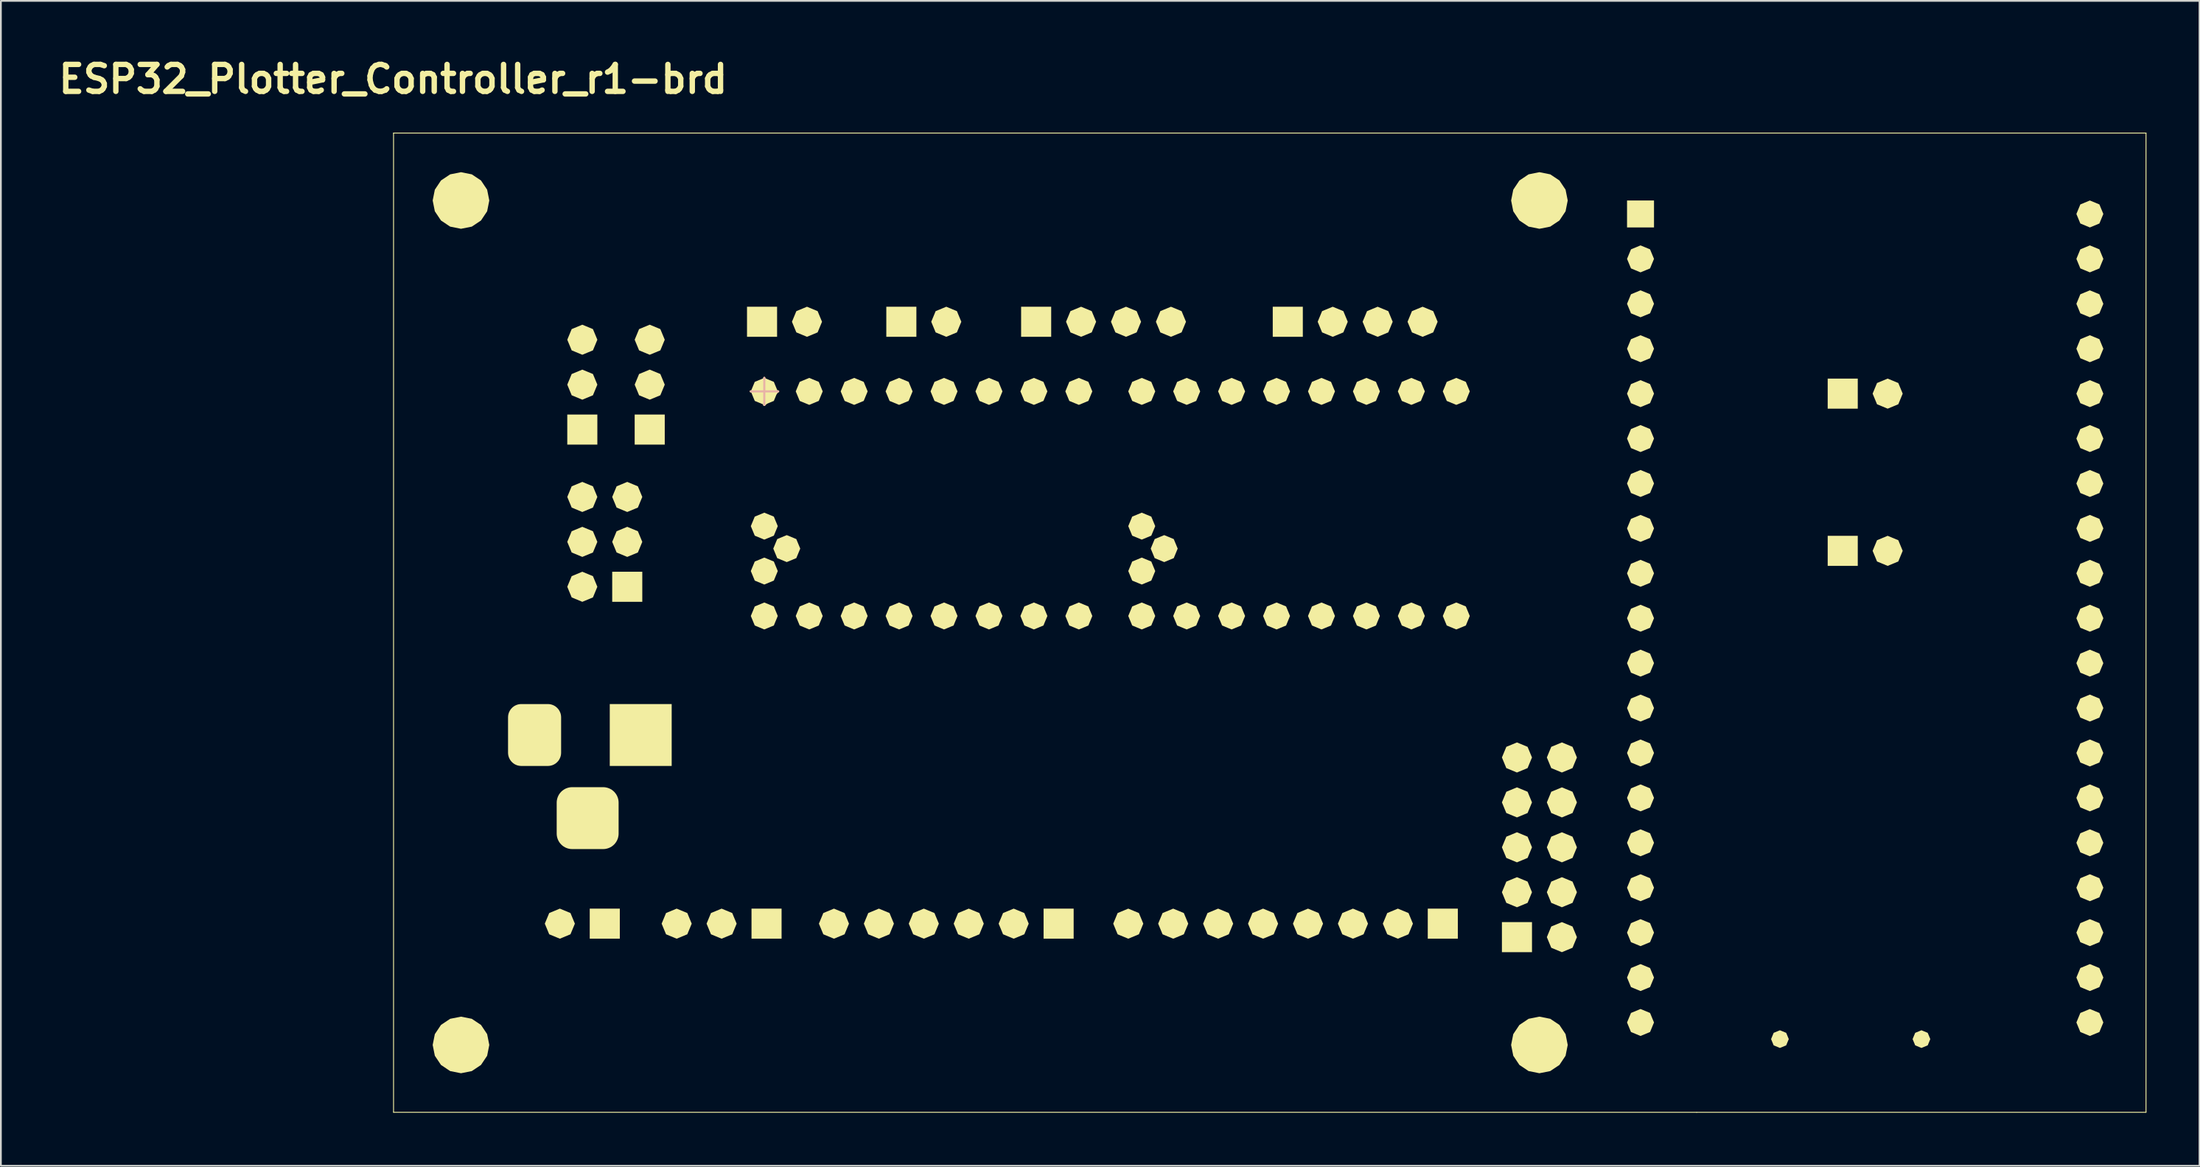
<source format=kicad_pcb>
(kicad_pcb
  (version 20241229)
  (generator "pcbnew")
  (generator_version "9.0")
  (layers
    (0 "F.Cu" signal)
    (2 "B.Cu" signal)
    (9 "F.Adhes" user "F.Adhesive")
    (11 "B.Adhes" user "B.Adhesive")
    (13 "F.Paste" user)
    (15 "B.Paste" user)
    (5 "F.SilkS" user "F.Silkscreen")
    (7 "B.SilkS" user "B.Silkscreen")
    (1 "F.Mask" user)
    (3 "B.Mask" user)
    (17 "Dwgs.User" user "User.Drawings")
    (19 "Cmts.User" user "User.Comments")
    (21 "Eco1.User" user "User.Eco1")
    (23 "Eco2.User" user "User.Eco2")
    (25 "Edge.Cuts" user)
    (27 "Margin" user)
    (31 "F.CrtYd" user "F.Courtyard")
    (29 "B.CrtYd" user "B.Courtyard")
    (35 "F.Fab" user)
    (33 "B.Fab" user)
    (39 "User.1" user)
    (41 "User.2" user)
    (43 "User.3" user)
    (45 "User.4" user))
  (footprint "ESP32_Plotter_Controller_r1-brd"
    (layer "F.Cu")
    (at 19.173 4.452)
    (property "Reference" "ESP32_Plotter_Controller_r1-brd" (at 0 -3.025 0) (layer "F.SilkS") (effects (font (size 1.524 1.524) (thickness 0.305))))
    (attr exclude_from_pos_files exclude_from_bom)
    (fp_line (start 0.023 0.023) (end 0.023 55.395) (stroke (width 0.05) (type solid)) (layer "F.SilkS"))
    (fp_line (start 0.023 0.023) (end 99.083 0.023) (stroke (width 0.05) (type solid)) (layer "F.SilkS"))
    (fp_line (start 0.023 55.395) (end 73.683 55.395) (stroke (width 0.05) (type solid)) (layer "F.SilkS"))
    (fp_line (start 20.98 15.392) (end 21.742 14.63) (stroke (width 0.12) (type solid)) (layer "F.SilkS"))
    (fp_line (start 20.98 13.868) (end 20.98 15.392) (stroke (width 0.12) (type solid)) (layer "F.SilkS"))
    (fp_line (start 21.742 14.63) (end 20.218 14.63) (stroke (width 0.12) (type solid)) (layer "F.SilkS"))
    (fp_line (start 73.683 55.395) (end 99.083 55.395) (stroke (width 0.05) (type solid)) (layer "F.SilkS"))
    (fp_line (start 99.083 0.023) (end 99.083 55.395) (stroke (width 0.05) (type solid)) (layer "F.SilkS"))
    (fp_poly (pts (xy 11.113 43.879) (xy 12.813 43.879) (xy 12.813 45.579) (xy 11.113 45.579) (xy 11.113 43.879)) (stroke (width 0) (type solid)) (fill yes) (layer "F.SilkS"))
    (fp_poly (pts (xy 11.543 15.939) (xy 11.543 17.639) (xy 9.843 17.639) (xy 9.843 15.939) (xy 11.543 15.939)) (stroke (width 0) (type solid)) (fill yes) (layer "F.SilkS"))
    (fp_poly (pts (xy 12.245 35.811) (xy 12.245 32.311) (xy 15.745 32.311) (xy 15.745 35.811) (xy 12.245 35.811)) (stroke (width 0) (type solid)) (fill yes) (layer "F.SilkS"))
    (fp_poly (pts (xy 14.083 24.829) (xy 14.083 26.529) (xy 12.383 26.529) (xy 12.383 24.829) (xy 14.083 24.829)) (stroke (width 0) (type solid)) (fill yes) (layer "F.SilkS"))
    (fp_poly (pts (xy 15.353 15.939) (xy 15.353 17.639) (xy 13.653 17.639) (xy 13.653 15.939) (xy 15.353 15.939)) (stroke (width 0) (type solid)) (fill yes) (layer "F.SilkS"))
    (fp_poly (pts (xy 20.257 43.879) (xy 21.957 43.879) (xy 21.957 45.579) (xy 20.257 45.579) (xy 20.257 43.879)) (stroke (width 0) (type solid)) (fill yes) (layer "F.SilkS"))
    (fp_poly (pts (xy 21.703 11.543) (xy 20.003 11.543) (xy 20.003 9.843) (xy 21.703 9.843) (xy 21.703 11.543)) (stroke (width 0) (type solid)) (fill yes) (layer "F.SilkS"))
    (fp_poly (pts (xy 29.577 11.543) (xy 27.877 11.543) (xy 27.877 9.843) (xy 29.577 9.843) (xy 29.577 11.543)) (stroke (width 0) (type solid)) (fill yes) (layer "F.SilkS"))
    (fp_poly (pts (xy 36.767 43.879) (xy 38.467 43.879) (xy 38.467 45.579) (xy 36.767 45.579) (xy 36.767 43.879)) (stroke (width 0) (type solid)) (fill yes) (layer "F.SilkS"))
    (fp_poly (pts (xy 37.197 11.543) (xy 35.497 11.543) (xy 35.497 9.843) (xy 37.197 9.843) (xy 37.197 11.543)) (stroke (width 0) (type solid)) (fill yes) (layer "F.SilkS"))
    (fp_poly (pts (xy 51.421 11.543) (xy 49.721 11.543) (xy 49.721 9.843) (xy 51.421 9.843) (xy 51.421 11.543)) (stroke (width 0) (type solid)) (fill yes) (layer "F.SilkS"))
    (fp_poly (pts (xy 58.484 43.879) (xy 60.184 43.879) (xy 60.184 45.579) (xy 58.484 45.579) (xy 58.484 43.879)) (stroke (width 0) (type solid)) (fill yes) (layer "F.SilkS"))
    (fp_poly (pts (xy 64.375 44.641) (xy 64.375 46.341) (xy 62.675 46.341) (xy 62.675 44.641) (xy 64.375 44.641)) (stroke (width 0) (type solid)) (fill yes) (layer "F.SilkS"))
    (fp_poly (pts (xy 69.748 5.359) (xy 69.748 3.835) (xy 71.272 3.835) (xy 71.272 5.359) (xy 69.748 5.359)) (stroke (width 0) (type solid)) (fill yes) (layer "F.SilkS"))
    (fp_poly (pts (xy 82.79 15.607) (xy 81.09 15.607) (xy 81.09 13.907) (xy 82.79 13.907) (xy 82.79 15.607)) (stroke (width 0) (type solid)) (fill yes) (layer "F.SilkS"))
    (fp_poly (pts (xy 82.79 24.497) (xy 81.09 24.497) (xy 81.09 22.797) (xy 82.79 22.797) (xy 82.79 24.497)) (stroke (width 0) (type solid)) (fill yes) (layer "F.SilkS"))
    (fp_poly (pts (xy 10.273 44.729) (xy 10.024 45.33) (xy 9.423 45.579) (xy 8.822 45.33) (xy 8.573 44.729) (xy 8.822 44.128) (xy 9.423 43.879) (xy 10.024 44.128) (xy 10.273 44.729)) (stroke (width 0) (type solid)) (fill yes) (layer "F.SilkS"))
    (fp_poly (pts (xy 11.543 11.709) (xy 11.294 12.31) (xy 10.693 12.559) (xy 10.092 12.31) (xy 9.843 11.709) (xy 10.092 11.108) (xy 10.693 10.859) (xy 11.294 11.108) (xy 11.543 11.709)) (stroke (width 0) (type solid)) (fill yes) (layer "F.SilkS"))
    (fp_poly (pts (xy 11.543 14.249) (xy 11.294 14.85) (xy 10.693 15.099) (xy 10.092 14.85) (xy 9.843 14.249) (xy 10.092 13.648) (xy 10.693 13.399) (xy 11.294 13.648) (xy 11.543 14.249)) (stroke (width 0) (type solid)) (fill yes) (layer "F.SilkS"))
    (fp_poly (pts (xy 11.543 20.599) (xy 11.294 21.2) (xy 10.693 21.449) (xy 10.092 21.2) (xy 9.843 20.599) (xy 10.092 19.998) (xy 10.693 19.749) (xy 11.294 19.998) (xy 11.543 20.599)) (stroke (width 0) (type solid)) (fill yes) (layer "F.SilkS"))
    (fp_poly (pts (xy 11.543 23.139) (xy 11.294 23.74) (xy 10.693 23.989) (xy 10.092 23.74) (xy 9.843 23.139) (xy 10.092 22.538) (xy 10.693 22.289) (xy 11.294 22.538) (xy 11.543 23.139)) (stroke (width 0) (type solid)) (fill yes) (layer "F.SilkS"))
    (fp_poly (pts (xy 11.543 25.679) (xy 11.294 26.28) (xy 10.693 26.529) (xy 10.092 26.28) (xy 9.843 25.679) (xy 10.092 25.078) (xy 10.693 24.829) (xy 11.294 25.078) (xy 11.543 25.679)) (stroke (width 0) (type solid)) (fill yes) (layer "F.SilkS"))
    (fp_poly (pts (xy 14.083 20.599) (xy 13.834 21.2) (xy 13.233 21.449) (xy 12.632 21.2) (xy 12.383 20.599) (xy 12.632 19.998) (xy 13.233 19.749) (xy 13.834 19.998) (xy 14.083 20.599)) (stroke (width 0) (type solid)) (fill yes) (layer "F.SilkS"))
    (fp_poly (pts (xy 14.083 23.139) (xy 13.834 23.74) (xy 13.233 23.989) (xy 12.632 23.74) (xy 12.383 23.139) (xy 12.632 22.538) (xy 13.233 22.289) (xy 13.834 22.538) (xy 14.083 23.139)) (stroke (width 0) (type solid)) (fill yes) (layer "F.SilkS"))
    (fp_poly (pts (xy 15.353 11.709) (xy 15.104 12.31) (xy 14.503 12.559) (xy 13.902 12.31) (xy 13.653 11.709) (xy 13.902 11.108) (xy 14.503 10.859) (xy 15.104 11.108) (xy 15.353 11.709)) (stroke (width 0) (type solid)) (fill yes) (layer "F.SilkS"))
    (fp_poly (pts (xy 15.353 14.249) (xy 15.104 14.85) (xy 14.503 15.099) (xy 13.902 14.85) (xy 13.653 14.249) (xy 13.902 13.648) (xy 14.503 13.399) (xy 15.104 13.648) (xy 15.353 14.249)) (stroke (width 0) (type solid)) (fill yes) (layer "F.SilkS"))
    (fp_poly (pts (xy 16.877 44.729) (xy 16.628 45.33) (xy 16.027 45.579) (xy 15.426 45.33) (xy 15.177 44.729) (xy 15.426 44.128) (xy 16.027 43.879) (xy 16.628 44.128) (xy 16.877 44.729)) (stroke (width 0) (type solid)) (fill yes) (layer "F.SilkS"))
    (fp_poly (pts (xy 19.417 44.729) (xy 19.168 45.33) (xy 18.567 45.579) (xy 17.966 45.33) (xy 17.717 44.729) (xy 17.966 44.128) (xy 18.567 43.879) (xy 19.168 44.128) (xy 19.417 44.729)) (stroke (width 0) (type solid)) (fill yes) (layer "F.SilkS"))
    (fp_poly (pts (xy 21.742 14.63) (xy 21.519 15.169) (xy 20.98 15.392) (xy 20.441 15.169) (xy 20.218 14.63) (xy 20.441 14.091) (xy 20.98 13.868) (xy 21.519 14.091) (xy 21.742 14.63)) (stroke (width 0) (type solid)) (fill yes) (layer "F.SilkS"))
    (fp_poly (pts (xy 21.742 22.25) (xy 21.519 22.789) (xy 20.98 23.012) (xy 20.441 22.789) (xy 20.218 22.25) (xy 20.441 21.711) (xy 20.98 21.488) (xy 21.519 21.711) (xy 21.742 22.25)) (stroke (width 0) (type solid)) (fill yes) (layer "F.SilkS"))
    (fp_poly (pts (xy 21.742 24.79) (xy 21.519 25.329) (xy 20.98 25.552) (xy 20.441 25.329) (xy 20.218 24.79) (xy 20.441 24.251) (xy 20.98 24.028) (xy 21.519 24.251) (xy 21.742 24.79)) (stroke (width 0) (type solid)) (fill yes) (layer "F.SilkS"))
    (fp_poly (pts (xy 21.742 27.33) (xy 21.519 27.869) (xy 20.98 28.092) (xy 20.441 27.869) (xy 20.218 27.33) (xy 20.441 26.791) (xy 20.98 26.568) (xy 21.519 26.791) (xy 21.742 27.33)) (stroke (width 0) (type solid)) (fill yes) (layer "F.SilkS"))
    (fp_poly (pts (xy 23.012 23.52) (xy 22.789 24.059) (xy 22.25 24.282) (xy 21.711 24.059) (xy 21.488 23.52) (xy 21.711 22.981) (xy 22.25 22.758) (xy 22.789 22.981) (xy 23.012 23.52)) (stroke (width 0) (type solid)) (fill yes) (layer "F.SilkS"))
    (fp_poly (pts (xy 24.243 10.693) (xy 23.994 11.294) (xy 23.393 11.543) (xy 22.792 11.294) (xy 22.543 10.693) (xy 22.792 10.092) (xy 23.393 9.843) (xy 23.994 10.092) (xy 24.243 10.693)) (stroke (width 0) (type solid)) (fill yes) (layer "F.SilkS"))
    (fp_poly (pts (xy 24.282 14.63) (xy 24.059 15.169) (xy 23.52 15.392) (xy 22.981 15.169) (xy 22.758 14.63) (xy 22.981 14.091) (xy 23.52 13.868) (xy 24.059 14.091) (xy 24.282 14.63)) (stroke (width 0) (type solid)) (fill yes) (layer "F.SilkS"))
    (fp_poly (pts (xy 24.282 27.33) (xy 24.059 27.869) (xy 23.52 28.092) (xy 22.981 27.869) (xy 22.758 27.33) (xy 22.981 26.791) (xy 23.52 26.568) (xy 24.059 26.791) (xy 24.282 27.33)) (stroke (width 0) (type solid)) (fill yes) (layer "F.SilkS"))
    (fp_poly (pts (xy 25.767 44.729) (xy 25.518 45.33) (xy 24.917 45.579) (xy 24.316 45.33) (xy 24.067 44.729) (xy 24.316 44.128) (xy 24.917 43.879) (xy 25.518 44.128) (xy 25.767 44.729)) (stroke (width 0) (type solid)) (fill yes) (layer "F.SilkS"))
    (fp_poly (pts (xy 26.822 14.63) (xy 26.599 15.169) (xy 26.06 15.392) (xy 25.521 15.169) (xy 25.298 14.63) (xy 25.521 14.091) (xy 26.06 13.868) (xy 26.599 14.091) (xy 26.822 14.63)) (stroke (width 0) (type solid)) (fill yes) (layer "F.SilkS"))
    (fp_poly (pts (xy 26.822 27.33) (xy 26.599 27.869) (xy 26.06 28.092) (xy 25.521 27.869) (xy 25.298 27.33) (xy 25.521 26.791) (xy 26.06 26.568) (xy 26.599 26.791) (xy 26.822 27.33)) (stroke (width 0) (type solid)) (fill yes) (layer "F.SilkS"))
    (fp_poly (pts (xy 28.307 44.729) (xy 28.058 45.33) (xy 27.457 45.579) (xy 26.856 45.33) (xy 26.607 44.729) (xy 26.856 44.128) (xy 27.457 43.879) (xy 28.058 44.128) (xy 28.307 44.729)) (stroke (width 0) (type solid)) (fill yes) (layer "F.SilkS"))
    (fp_poly (pts (xy 29.362 14.63) (xy 29.139 15.169) (xy 28.6 15.392) (xy 28.061 15.169) (xy 27.838 14.63) (xy 28.061 14.091) (xy 28.6 13.868) (xy 29.139 14.091) (xy 29.362 14.63)) (stroke (width 0) (type solid)) (fill yes) (layer "F.SilkS"))
    (fp_poly (pts (xy 29.362 27.33) (xy 29.139 27.869) (xy 28.6 28.092) (xy 28.061 27.869) (xy 27.838 27.33) (xy 28.061 26.791) (xy 28.6 26.568) (xy 29.139 26.791) (xy 29.362 27.33)) (stroke (width 0) (type solid)) (fill yes) (layer "F.SilkS"))
    (fp_poly (pts (xy 30.847 44.729) (xy 30.598 45.33) (xy 29.997 45.579) (xy 29.396 45.33) (xy 29.147 44.729) (xy 29.396 44.128) (xy 29.997 43.879) (xy 30.598 44.128) (xy 30.847 44.729)) (stroke (width 0) (type solid)) (fill yes) (layer "F.SilkS"))
    (fp_poly (pts (xy 31.902 14.63) (xy 31.679 15.169) (xy 31.14 15.392) (xy 30.601 15.169) (xy 30.378 14.63) (xy 30.601 14.091) (xy 31.14 13.868) (xy 31.679 14.091) (xy 31.902 14.63)) (stroke (width 0) (type solid)) (fill yes) (layer "F.SilkS"))
    (fp_poly (pts (xy 31.902 27.33) (xy 31.679 27.869) (xy 31.14 28.092) (xy 30.601 27.869) (xy 30.378 27.33) (xy 30.601 26.791) (xy 31.14 26.568) (xy 31.679 26.791) (xy 31.902 27.33)) (stroke (width 0) (type solid)) (fill yes) (layer "F.SilkS"))
    (fp_poly (pts (xy 32.117 10.693) (xy 31.868 11.294) (xy 31.267 11.543) (xy 30.666 11.294) (xy 30.417 10.693) (xy 30.666 10.092) (xy 31.267 9.843) (xy 31.868 10.092) (xy 32.117 10.693)) (stroke (width 0) (type solid)) (fill yes) (layer "F.SilkS"))
    (fp_poly (pts (xy 33.387 44.729) (xy 33.138 45.33) (xy 32.537 45.579) (xy 31.936 45.33) (xy 31.687 44.729) (xy 31.936 44.128) (xy 32.537 43.879) (xy 33.138 44.128) (xy 33.387 44.729)) (stroke (width 0) (type solid)) (fill yes) (layer "F.SilkS"))
    (fp_poly (pts (xy 34.442 14.63) (xy 34.219 15.169) (xy 33.68 15.392) (xy 33.141 15.169) (xy 32.918 14.63) (xy 33.141 14.091) (xy 33.68 13.868) (xy 34.219 14.091) (xy 34.442 14.63)) (stroke (width 0) (type solid)) (fill yes) (layer "F.SilkS"))
    (fp_poly (pts (xy 34.442 27.33) (xy 34.219 27.869) (xy 33.68 28.092) (xy 33.141 27.869) (xy 32.918 27.33) (xy 33.141 26.791) (xy 33.68 26.568) (xy 34.219 26.791) (xy 34.442 27.33)) (stroke (width 0) (type solid)) (fill yes) (layer "F.SilkS"))
    (fp_poly (pts (xy 35.927 44.729) (xy 35.678 45.33) (xy 35.077 45.579) (xy 34.476 45.33) (xy 34.227 44.729) (xy 34.476 44.128) (xy 35.077 43.879) (xy 35.678 44.128) (xy 35.927 44.729)) (stroke (width 0) (type solid)) (fill yes) (layer "F.SilkS"))
    (fp_poly (pts (xy 36.982 14.63) (xy 36.759 15.169) (xy 36.22 15.392) (xy 35.681 15.169) (xy 35.458 14.63) (xy 35.681 14.091) (xy 36.22 13.868) (xy 36.759 14.091) (xy 36.982 14.63)) (stroke (width 0) (type solid)) (fill yes) (layer "F.SilkS"))
    (fp_poly (pts (xy 36.982 27.33) (xy 36.759 27.869) (xy 36.22 28.092) (xy 35.681 27.869) (xy 35.458 27.33) (xy 35.681 26.791) (xy 36.22 26.568) (xy 36.759 26.791) (xy 36.982 27.33)) (stroke (width 0) (type solid)) (fill yes) (layer "F.SilkS"))
    (fp_poly (pts (xy 39.522 14.63) (xy 39.299 15.169) (xy 38.76 15.392) (xy 38.221 15.169) (xy 37.998 14.63) (xy 38.221 14.091) (xy 38.76 13.868) (xy 39.299 14.091) (xy 39.522 14.63)) (stroke (width 0) (type solid)) (fill yes) (layer "F.SilkS"))
    (fp_poly (pts (xy 39.522 27.33) (xy 39.299 27.869) (xy 38.76 28.092) (xy 38.221 27.869) (xy 37.998 27.33) (xy 38.221 26.791) (xy 38.76 26.568) (xy 39.299 26.791) (xy 39.522 27.33)) (stroke (width 0) (type solid)) (fill yes) (layer "F.SilkS"))
    (fp_poly (pts (xy 39.737 10.693) (xy 39.488 11.294) (xy 38.887 11.543) (xy 38.286 11.294) (xy 38.037 10.693) (xy 38.286 10.092) (xy 38.887 9.843) (xy 39.488 10.092) (xy 39.737 10.693)) (stroke (width 0) (type solid)) (fill yes) (layer "F.SilkS"))
    (fp_poly (pts (xy 42.277 10.693) (xy 42.028 11.294) (xy 41.427 11.543) (xy 40.826 11.294) (xy 40.577 10.693) (xy 40.826 10.092) (xy 41.427 9.843) (xy 42.028 10.092) (xy 42.277 10.693)) (stroke (width 0) (type solid)) (fill yes) (layer "F.SilkS"))
    (fp_poly (pts (xy 42.404 44.729) (xy 42.155 45.33) (xy 41.554 45.579) (xy 40.953 45.33) (xy 40.704 44.729) (xy 40.953 44.128) (xy 41.554 43.879) (xy 42.155 44.128) (xy 42.404 44.729)) (stroke (width 0) (type solid)) (fill yes) (layer "F.SilkS"))
    (fp_poly (pts (xy 43.078 14.63) (xy 42.855 15.169) (xy 42.316 15.392) (xy 41.777 15.169) (xy 41.554 14.63) (xy 41.777 14.091) (xy 42.316 13.868) (xy 42.855 14.091) (xy 43.078 14.63)) (stroke (width 0) (type solid)) (fill yes) (layer "F.SilkS"))
    (fp_poly (pts (xy 43.078 22.25) (xy 42.855 22.789) (xy 42.316 23.012) (xy 41.777 22.789) (xy 41.554 22.25) (xy 41.777 21.711) (xy 42.316 21.488) (xy 42.855 21.711) (xy 43.078 22.25)) (stroke (width 0) (type solid)) (fill yes) (layer "F.SilkS"))
    (fp_poly (pts (xy 43.078 24.79) (xy 42.855 25.329) (xy 42.316 25.552) (xy 41.777 25.329) (xy 41.554 24.79) (xy 41.777 24.251) (xy 42.316 24.028) (xy 42.855 24.251) (xy 43.078 24.79)) (stroke (width 0) (type solid)) (fill yes) (layer "F.SilkS"))
    (fp_poly (pts (xy 43.078 27.33) (xy 42.855 27.869) (xy 42.316 28.092) (xy 41.777 27.869) (xy 41.554 27.33) (xy 41.777 26.791) (xy 42.316 26.568) (xy 42.855 26.791) (xy 43.078 27.33)) (stroke (width 0) (type solid)) (fill yes) (layer "F.SilkS"))
    (fp_poly (pts (xy 44.348 23.52) (xy 44.125 24.059) (xy 43.586 24.282) (xy 43.047 24.059) (xy 42.824 23.52) (xy 43.047 22.981) (xy 43.586 22.758) (xy 44.125 22.981) (xy 44.348 23.52)) (stroke (width 0) (type solid)) (fill yes) (layer "F.SilkS"))
    (fp_poly (pts (xy 44.817 10.693) (xy 44.568 11.294) (xy 43.967 11.543) (xy 43.366 11.294) (xy 43.117 10.693) (xy 43.366 10.092) (xy 43.967 9.843) (xy 44.568 10.092) (xy 44.817 10.693)) (stroke (width 0) (type solid)) (fill yes) (layer "F.SilkS"))
    (fp_poly (pts (xy 44.944 44.729) (xy 44.695 45.33) (xy 44.094 45.579) (xy 43.493 45.33) (xy 43.244 44.729) (xy 43.493 44.128) (xy 44.094 43.879) (xy 44.695 44.128) (xy 44.944 44.729)) (stroke (width 0) (type solid)) (fill yes) (layer "F.SilkS"))
    (fp_poly (pts (xy 45.618 14.63) (xy 45.395 15.169) (xy 44.856 15.392) (xy 44.317 15.169) (xy 44.094 14.63) (xy 44.317 14.091) (xy 44.856 13.868) (xy 45.395 14.091) (xy 45.618 14.63)) (stroke (width 0) (type solid)) (fill yes) (layer "F.SilkS"))
    (fp_poly (pts (xy 45.618 27.33) (xy 45.395 27.869) (xy 44.856 28.092) (xy 44.317 27.869) (xy 44.094 27.33) (xy 44.317 26.791) (xy 44.856 26.568) (xy 45.395 26.791) (xy 45.618 27.33)) (stroke (width 0) (type solid)) (fill yes) (layer "F.SilkS"))
    (fp_poly (pts (xy 47.484 44.729) (xy 47.235 45.33) (xy 46.634 45.579) (xy 46.033 45.33) (xy 45.784 44.729) (xy 46.033 44.128) (xy 46.634 43.879) (xy 47.235 44.128) (xy 47.484 44.729)) (stroke (width 0) (type solid)) (fill yes) (layer "F.SilkS"))
    (fp_poly (pts (xy 48.158 14.63) (xy 47.935 15.169) (xy 47.396 15.392) (xy 46.857 15.169) (xy 46.634 14.63) (xy 46.857 14.091) (xy 47.396 13.868) (xy 47.935 14.091) (xy 48.158 14.63)) (stroke (width 0) (type solid)) (fill yes) (layer "F.SilkS"))
    (fp_poly (pts (xy 48.158 27.33) (xy 47.935 27.869) (xy 47.396 28.092) (xy 46.857 27.869) (xy 46.634 27.33) (xy 46.857 26.791) (xy 47.396 26.568) (xy 47.935 26.791) (xy 48.158 27.33)) (stroke (width 0) (type solid)) (fill yes) (layer "F.SilkS"))
    (fp_poly (pts (xy 50.024 44.729) (xy 49.775 45.33) (xy 49.174 45.579) (xy 48.573 45.33) (xy 48.324 44.729) (xy 48.573 44.128) (xy 49.174 43.879) (xy 49.775 44.128) (xy 50.024 44.729)) (stroke (width 0) (type solid)) (fill yes) (layer "F.SilkS"))
    (fp_poly (pts (xy 50.698 14.63) (xy 50.475 15.169) (xy 49.936 15.392) (xy 49.397 15.169) (xy 49.174 14.63) (xy 49.397 14.091) (xy 49.936 13.868) (xy 50.475 14.091) (xy 50.698 14.63)) (stroke (width 0) (type solid)) (fill yes) (layer "F.SilkS"))
    (fp_poly (pts (xy 50.698 27.33) (xy 50.475 27.869) (xy 49.936 28.092) (xy 49.397 27.869) (xy 49.174 27.33) (xy 49.397 26.791) (xy 49.936 26.568) (xy 50.475 26.791) (xy 50.698 27.33)) (stroke (width 0) (type solid)) (fill yes) (layer "F.SilkS"))
    (fp_poly (pts (xy 52.564 44.729) (xy 52.315 45.33) (xy 51.714 45.579) (xy 51.113 45.33) (xy 50.864 44.729) (xy 51.113 44.128) (xy 51.714 43.879) (xy 52.315 44.128) (xy 52.564 44.729)) (stroke (width 0) (type solid)) (fill yes) (layer "F.SilkS"))
    (fp_poly (pts (xy 53.238 14.63) (xy 53.015 15.169) (xy 52.476 15.392) (xy 51.937 15.169) (xy 51.714 14.63) (xy 51.937 14.091) (xy 52.476 13.868) (xy 53.015 14.091) (xy 53.238 14.63)) (stroke (width 0) (type solid)) (fill yes) (layer "F.SilkS"))
    (fp_poly (pts (xy 53.238 27.33) (xy 53.015 27.869) (xy 52.476 28.092) (xy 51.937 27.869) (xy 51.714 27.33) (xy 51.937 26.791) (xy 52.476 26.568) (xy 53.015 26.791) (xy 53.238 27.33)) (stroke (width 0) (type solid)) (fill yes) (layer "F.SilkS"))
    (fp_poly (pts (xy 53.961 10.693) (xy 53.712 11.294) (xy 53.111 11.543) (xy 52.51 11.294) (xy 52.261 10.693) (xy 52.51 10.092) (xy 53.111 9.843) (xy 53.712 10.092) (xy 53.961 10.693)) (stroke (width 0) (type solid)) (fill yes) (layer "F.SilkS"))
    (fp_poly (pts (xy 55.104 44.729) (xy 54.855 45.33) (xy 54.254 45.579) (xy 53.653 45.33) (xy 53.404 44.729) (xy 53.653 44.128) (xy 54.254 43.879) (xy 54.855 44.128) (xy 55.104 44.729)) (stroke (width 0) (type solid)) (fill yes) (layer "F.SilkS"))
    (fp_poly (pts (xy 55.778 14.63) (xy 55.555 15.169) (xy 55.016 15.392) (xy 54.477 15.169) (xy 54.254 14.63) (xy 54.477 14.091) (xy 55.016 13.868) (xy 55.555 14.091) (xy 55.778 14.63)) (stroke (width 0) (type solid)) (fill yes) (layer "F.SilkS"))
    (fp_poly (pts (xy 55.778 27.33) (xy 55.555 27.869) (xy 55.016 28.092) (xy 54.477 27.869) (xy 54.254 27.33) (xy 54.477 26.791) (xy 55.016 26.568) (xy 55.555 26.791) (xy 55.778 27.33)) (stroke (width 0) (type solid)) (fill yes) (layer "F.SilkS"))
    (fp_poly (pts (xy 56.501 10.693) (xy 56.252 11.294) (xy 55.651 11.543) (xy 55.05 11.294) (xy 54.801 10.693) (xy 55.05 10.092) (xy 55.651 9.843) (xy 56.252 10.092) (xy 56.501 10.693)) (stroke (width 0) (type solid)) (fill yes) (layer "F.SilkS"))
    (fp_poly (pts (xy 57.644 44.729) (xy 57.395 45.33) (xy 56.794 45.579) (xy 56.193 45.33) (xy 55.944 44.729) (xy 56.193 44.128) (xy 56.794 43.879) (xy 57.395 44.128) (xy 57.644 44.729)) (stroke (width 0) (type solid)) (fill yes) (layer "F.SilkS"))
    (fp_poly (pts (xy 58.318 14.63) (xy 58.095 15.169) (xy 57.556 15.392) (xy 57.017 15.169) (xy 56.794 14.63) (xy 57.017 14.091) (xy 57.556 13.868) (xy 58.095 14.091) (xy 58.318 14.63)) (stroke (width 0) (type solid)) (fill yes) (layer "F.SilkS"))
    (fp_poly (pts (xy 58.318 27.33) (xy 58.095 27.869) (xy 57.556 28.092) (xy 57.017 27.869) (xy 56.794 27.33) (xy 57.017 26.791) (xy 57.556 26.568) (xy 58.095 26.791) (xy 58.318 27.33)) (stroke (width 0) (type solid)) (fill yes) (layer "F.SilkS"))
    (fp_poly (pts (xy 59.041 10.693) (xy 58.792 11.294) (xy 58.191 11.543) (xy 57.59 11.294) (xy 57.341 10.693) (xy 57.59 10.092) (xy 58.191 9.843) (xy 58.792 10.092) (xy 59.041 10.693)) (stroke (width 0) (type solid)) (fill yes) (layer "F.SilkS"))
    (fp_poly (pts (xy 60.858 14.63) (xy 60.635 15.169) (xy 60.096 15.392) (xy 59.557 15.169) (xy 59.334 14.63) (xy 59.557 14.091) (xy 60.096 13.868) (xy 60.635 14.091) (xy 60.858 14.63)) (stroke (width 0) (type solid)) (fill yes) (layer "F.SilkS"))
    (fp_poly (pts (xy 60.858 27.33) (xy 60.635 27.869) (xy 60.096 28.092) (xy 59.557 27.869) (xy 59.334 27.33) (xy 59.557 26.791) (xy 60.096 26.568) (xy 60.635 26.791) (xy 60.858 27.33)) (stroke (width 0) (type solid)) (fill yes) (layer "F.SilkS"))
    (fp_poly (pts (xy 64.375 35.331) (xy 64.126 35.932) (xy 63.525 36.181) (xy 62.924 35.932) (xy 62.675 35.331) (xy 62.924 34.73) (xy 63.525 34.481) (xy 64.126 34.73) (xy 64.375 35.331)) (stroke (width 0) (type solid)) (fill yes) (layer "F.SilkS"))
    (fp_poly (pts (xy 64.375 37.871) (xy 64.126 38.472) (xy 63.525 38.721) (xy 62.924 38.472) (xy 62.675 37.871) (xy 62.924 37.27) (xy 63.525 37.021) (xy 64.126 37.27) (xy 64.375 37.871)) (stroke (width 0) (type solid)) (fill yes) (layer "F.SilkS"))
    (fp_poly (pts (xy 64.375 40.411) (xy 64.126 41.012) (xy 63.525 41.261) (xy 62.924 41.012) (xy 62.675 40.411) (xy 62.924 39.81) (xy 63.525 39.561) (xy 64.126 39.81) (xy 64.375 40.411)) (stroke (width 0) (type solid)) (fill yes) (layer "F.SilkS"))
    (fp_poly (pts (xy 64.375 42.951) (xy 64.126 43.552) (xy 63.525 43.801) (xy 62.924 43.552) (xy 62.675 42.951) (xy 62.924 42.35) (xy 63.525 42.101) (xy 64.126 42.35) (xy 64.375 42.951)) (stroke (width 0) (type solid)) (fill yes) (layer "F.SilkS"))
    (fp_poly (pts (xy 66.915 35.331) (xy 66.666 35.932) (xy 66.065 36.181) (xy 65.464 35.932) (xy 65.215 35.331) (xy 65.464 34.73) (xy 66.065 34.481) (xy 66.666 34.73) (xy 66.915 35.331)) (stroke (width 0) (type solid)) (fill yes) (layer "F.SilkS"))
    (fp_poly (pts (xy 66.915 37.871) (xy 66.666 38.472) (xy 66.065 38.721) (xy 65.464 38.472) (xy 65.215 37.871) (xy 65.464 37.27) (xy 66.065 37.021) (xy 66.666 37.27) (xy 66.915 37.871)) (stroke (width 0) (type solid)) (fill yes) (layer "F.SilkS"))
    (fp_poly (pts (xy 66.915 40.411) (xy 66.666 41.012) (xy 66.065 41.261) (xy 65.464 41.012) (xy 65.215 40.411) (xy 65.464 39.81) (xy 66.065 39.561) (xy 66.666 39.81) (xy 66.915 40.411)) (stroke (width 0) (type solid)) (fill yes) (layer "F.SilkS"))
    (fp_poly (pts (xy 66.915 42.951) (xy 66.666 43.552) (xy 66.065 43.801) (xy 65.464 43.552) (xy 65.215 42.951) (xy 65.464 42.35) (xy 66.065 42.101) (xy 66.666 42.35) (xy 66.915 42.951)) (stroke (width 0) (type solid)) (fill yes) (layer "F.SilkS"))
    (fp_poly (pts (xy 66.915 45.491) (xy 66.666 46.092) (xy 66.065 46.341) (xy 65.464 46.092) (xy 65.215 45.491) (xy 65.464 44.89) (xy 66.065 44.641) (xy 66.666 44.89) (xy 66.915 45.491)) (stroke (width 0) (type solid)) (fill yes) (layer "F.SilkS"))
    (fp_poly (pts (xy 71.272 7.137) (xy 71.049 7.676) (xy 70.51 7.899) (xy 69.971 7.676) (xy 69.748 7.137) (xy 69.971 6.598) (xy 70.51 6.375) (xy 71.049 6.598) (xy 71.272 7.137)) (stroke (width 0) (type solid)) (fill yes) (layer "F.SilkS"))
    (fp_poly (pts (xy 71.272 9.677) (xy 71.049 10.216) (xy 70.51 10.439) (xy 69.971 10.216) (xy 69.748 9.677) (xy 69.971 9.138) (xy 70.51 8.915) (xy 71.049 9.138) (xy 71.272 9.677)) (stroke (width 0) (type solid)) (fill yes) (layer "F.SilkS"))
    (fp_poly (pts (xy 71.272 12.217) (xy 71.049 12.756) (xy 70.51 12.979) (xy 69.971 12.756) (xy 69.748 12.217) (xy 69.971 11.678) (xy 70.51 11.455) (xy 71.049 11.678) (xy 71.272 12.217)) (stroke (width 0) (type solid)) (fill yes) (layer "F.SilkS"))
    (fp_poly (pts (xy 71.272 14.757) (xy 71.049 15.296) (xy 70.51 15.519) (xy 69.971 15.296) (xy 69.748 14.757) (xy 69.971 14.218) (xy 70.51 13.995) (xy 71.049 14.218) (xy 71.272 14.757)) (stroke (width 0) (type solid)) (fill yes) (layer "F.SilkS"))
    (fp_poly (pts (xy 71.272 17.297) (xy 71.049 17.836) (xy 70.51 18.059) (xy 69.971 17.836) (xy 69.748 17.297) (xy 69.971 16.758) (xy 70.51 16.535) (xy 71.049 16.758) (xy 71.272 17.297)) (stroke (width 0) (type solid)) (fill yes) (layer "F.SilkS"))
    (fp_poly (pts (xy 71.272 19.837) (xy 71.049 20.376) (xy 70.51 20.599) (xy 69.971 20.376) (xy 69.748 19.837) (xy 69.971 19.298) (xy 70.51 19.075) (xy 71.049 19.298) (xy 71.272 19.837)) (stroke (width 0) (type solid)) (fill yes) (layer "F.SilkS"))
    (fp_poly (pts (xy 71.272 22.377) (xy 71.049 22.916) (xy 70.51 23.139) (xy 69.971 22.916) (xy 69.748 22.377) (xy 69.971 21.838) (xy 70.51 21.615) (xy 71.049 21.838) (xy 71.272 22.377)) (stroke (width 0) (type solid)) (fill yes) (layer "F.SilkS"))
    (fp_poly (pts (xy 71.272 24.917) (xy 71.049 25.456) (xy 70.51 25.679) (xy 69.971 25.456) (xy 69.748 24.917) (xy 69.971 24.378) (xy 70.51 24.155) (xy 71.049 24.378) (xy 71.272 24.917)) (stroke (width 0) (type solid)) (fill yes) (layer "F.SilkS"))
    (fp_poly (pts (xy 71.272 27.457) (xy 71.049 27.996) (xy 70.51 28.219) (xy 69.971 27.996) (xy 69.748 27.457) (xy 69.971 26.918) (xy 70.51 26.695) (xy 71.049 26.918) (xy 71.272 27.457)) (stroke (width 0) (type solid)) (fill yes) (layer "F.SilkS"))
    (fp_poly (pts (xy 71.272 29.997) (xy 71.049 30.536) (xy 70.51 30.759) (xy 69.971 30.536) (xy 69.748 29.997) (xy 69.971 29.458) (xy 70.51 29.235) (xy 71.049 29.458) (xy 71.272 29.997)) (stroke (width 0) (type solid)) (fill yes) (layer "F.SilkS"))
    (fp_poly (pts (xy 71.272 32.537) (xy 71.049 33.076) (xy 70.51 33.299) (xy 69.971 33.076) (xy 69.748 32.537) (xy 69.971 31.998) (xy 70.51 31.775) (xy 71.049 31.998) (xy 71.272 32.537)) (stroke (width 0) (type solid)) (fill yes) (layer "F.SilkS"))
    (fp_poly (pts (xy 71.272 35.077) (xy 71.049 35.616) (xy 70.51 35.839) (xy 69.971 35.616) (xy 69.748 35.077) (xy 69.971 34.538) (xy 70.51 34.315) (xy 71.049 34.538) (xy 71.272 35.077)) (stroke (width 0) (type solid)) (fill yes) (layer "F.SilkS"))
    (fp_poly (pts (xy 71.272 37.617) (xy 71.049 38.156) (xy 70.51 38.379) (xy 69.971 38.156) (xy 69.748 37.617) (xy 69.971 37.078) (xy 70.51 36.855) (xy 71.049 37.078) (xy 71.272 37.617)) (stroke (width 0) (type solid)) (fill yes) (layer "F.SilkS"))
    (fp_poly (pts (xy 71.272 40.157) (xy 71.049 40.696) (xy 70.51 40.919) (xy 69.971 40.696) (xy 69.748 40.157) (xy 69.971 39.618) (xy 70.51 39.395) (xy 71.049 39.618) (xy 71.272 40.157)) (stroke (width 0) (type solid)) (fill yes) (layer "F.SilkS"))
    (fp_poly (pts (xy 71.272 42.697) (xy 71.049 43.236) (xy 70.51 43.459) (xy 69.971 43.236) (xy 69.748 42.697) (xy 69.971 42.158) (xy 70.51 41.935) (xy 71.049 42.158) (xy 71.272 42.697)) (stroke (width 0) (type solid)) (fill yes) (layer "F.SilkS"))
    (fp_poly (pts (xy 71.272 45.237) (xy 71.049 45.776) (xy 70.51 45.999) (xy 69.971 45.776) (xy 69.748 45.237) (xy 69.971 44.698) (xy 70.51 44.475) (xy 71.049 44.698) (xy 71.272 45.237)) (stroke (width 0) (type solid)) (fill yes) (layer "F.SilkS"))
    (fp_poly (pts (xy 71.272 47.777) (xy 71.049 48.316) (xy 70.51 48.539) (xy 69.971 48.316) (xy 69.748 47.777) (xy 69.971 47.238) (xy 70.51 47.015) (xy 71.049 47.238) (xy 71.272 47.777)) (stroke (width 0) (type solid)) (fill yes) (layer "F.SilkS"))
    (fp_poly (pts (xy 71.272 50.317) (xy 71.049 50.856) (xy 70.51 51.079) (xy 69.971 50.856) (xy 69.748 50.317) (xy 69.971 49.778) (xy 70.51 49.555) (xy 71.049 49.778) (xy 71.272 50.317)) (stroke (width 0) (type solid)) (fill yes) (layer "F.SilkS"))
    (fp_poly (pts (xy 78.89 51.257) (xy 78.744 51.61) (xy 78.39 51.757) (xy 78.036 51.61) (xy 77.89 51.257) (xy 78.036 50.903) (xy 78.39 50.757) (xy 78.744 50.903) (xy 78.89 51.257)) (stroke (width 0) (type solid)) (fill yes) (layer "F.SilkS"))
    (fp_poly (pts (xy 85.33 14.757) (xy 85.081 15.358) (xy 84.48 15.607) (xy 83.879 15.358) (xy 83.63 14.757) (xy 83.879 14.156) (xy 84.48 13.907) (xy 85.081 14.156) (xy 85.33 14.757)) (stroke (width 0) (type solid)) (fill yes) (layer "F.SilkS"))
    (fp_poly (pts (xy 85.33 23.647) (xy 85.081 24.248) (xy 84.48 24.497) (xy 83.879 24.248) (xy 83.63 23.647) (xy 83.879 23.046) (xy 84.48 22.797) (xy 85.081 23.046) (xy 85.33 23.647)) (stroke (width 0) (type solid)) (fill yes) (layer "F.SilkS"))
    (fp_poly (pts (xy 86.89 51.257) (xy 86.744 51.61) (xy 86.39 51.757) (xy 86.036 51.61) (xy 85.89 51.257) (xy 86.036 50.903) (xy 86.39 50.757) (xy 86.744 50.903) (xy 86.89 51.257)) (stroke (width 0) (type solid)) (fill yes) (layer "F.SilkS"))
    (fp_poly (pts (xy 96.672 4.597) (xy 96.449 5.136) (xy 95.91 5.359) (xy 95.371 5.136) (xy 95.148 4.597) (xy 95.371 4.058) (xy 95.91 3.835) (xy 96.449 4.058) (xy 96.672 4.597)) (stroke (width 0) (type solid)) (fill yes) (layer "F.SilkS"))
    (fp_poly (pts (xy 96.672 7.137) (xy 96.449 7.676) (xy 95.91 7.899) (xy 95.371 7.676) (xy 95.148 7.137) (xy 95.371 6.598) (xy 95.91 6.375) (xy 96.449 6.598) (xy 96.672 7.137)) (stroke (width 0) (type solid)) (fill yes) (layer "F.SilkS"))
    (fp_poly (pts (xy 96.672 9.677) (xy 96.449 10.216) (xy 95.91 10.439) (xy 95.371 10.216) (xy 95.148 9.677) (xy 95.371 9.138) (xy 95.91 8.915) (xy 96.449 9.138) (xy 96.672 9.677)) (stroke (width 0) (type solid)) (fill yes) (layer "F.SilkS"))
    (fp_poly (pts (xy 96.672 12.217) (xy 96.449 12.756) (xy 95.91 12.979) (xy 95.371 12.756) (xy 95.148 12.217) (xy 95.371 11.678) (xy 95.91 11.455) (xy 96.449 11.678) (xy 96.672 12.217)) (stroke (width 0) (type solid)) (fill yes) (layer "F.SilkS"))
    (fp_poly (pts (xy 96.672 14.757) (xy 96.449 15.296) (xy 95.91 15.519) (xy 95.371 15.296) (xy 95.148 14.757) (xy 95.371 14.218) (xy 95.91 13.995) (xy 96.449 14.218) (xy 96.672 14.757)) (stroke (width 0) (type solid)) (fill yes) (layer "F.SilkS"))
    (fp_poly (pts (xy 96.672 17.297) (xy 96.449 17.836) (xy 95.91 18.059) (xy 95.371 17.836) (xy 95.148 17.297) (xy 95.371 16.758) (xy 95.91 16.535) (xy 96.449 16.758) (xy 96.672 17.297)) (stroke (width 0) (type solid)) (fill yes) (layer "F.SilkS"))
    (fp_poly (pts (xy 96.672 19.837) (xy 96.449 20.376) (xy 95.91 20.599) (xy 95.371 20.376) (xy 95.148 19.837) (xy 95.371 19.298) (xy 95.91 19.075) (xy 96.449 19.298) (xy 96.672 19.837)) (stroke (width 0) (type solid)) (fill yes) (layer "F.SilkS"))
    (fp_poly (pts (xy 96.672 22.377) (xy 96.449 22.916) (xy 95.91 23.139) (xy 95.371 22.916) (xy 95.148 22.377) (xy 95.371 21.838) (xy 95.91 21.615) (xy 96.449 21.838) (xy 96.672 22.377)) (stroke (width 0) (type solid)) (fill yes) (layer "F.SilkS"))
    (fp_poly (pts (xy 96.672 24.917) (xy 96.449 25.456) (xy 95.91 25.679) (xy 95.371 25.456) (xy 95.148 24.917) (xy 95.371 24.378) (xy 95.91 24.155) (xy 96.449 24.378) (xy 96.672 24.917)) (stroke (width 0) (type solid)) (fill yes) (layer "F.SilkS"))
    (fp_poly (pts (xy 96.672 27.457) (xy 96.449 27.996) (xy 95.91 28.219) (xy 95.371 27.996) (xy 95.148 27.457) (xy 95.371 26.918) (xy 95.91 26.695) (xy 96.449 26.918) (xy 96.672 27.457)) (stroke (width 0) (type solid)) (fill yes) (layer "F.SilkS"))
    (fp_poly (pts (xy 96.672 29.997) (xy 96.449 30.536) (xy 95.91 30.759) (xy 95.371 30.536) (xy 95.148 29.997) (xy 95.371 29.458) (xy 95.91 29.235) (xy 96.449 29.458) (xy 96.672 29.997)) (stroke (width 0) (type solid)) (fill yes) (layer "F.SilkS"))
    (fp_poly (pts (xy 96.672 32.537) (xy 96.449 33.076) (xy 95.91 33.299) (xy 95.371 33.076) (xy 95.148 32.537) (xy 95.371 31.998) (xy 95.91 31.775) (xy 96.449 31.998) (xy 96.672 32.537)) (stroke (width 0) (type solid)) (fill yes) (layer "F.SilkS"))
    (fp_poly (pts (xy 96.672 35.077) (xy 96.449 35.616) (xy 95.91 35.839) (xy 95.371 35.616) (xy 95.148 35.077) (xy 95.371 34.538) (xy 95.91 34.315) (xy 96.449 34.538) (xy 96.672 35.077)) (stroke (width 0) (type solid)) (fill yes) (layer "F.SilkS"))
    (fp_poly (pts (xy 96.672 37.617) (xy 96.449 38.156) (xy 95.91 38.379) (xy 95.371 38.156) (xy 95.148 37.617) (xy 95.371 37.078) (xy 95.91 36.855) (xy 96.449 37.078) (xy 96.672 37.617)) (stroke (width 0) (type solid)) (fill yes) (layer "F.SilkS"))
    (fp_poly (pts (xy 96.672 40.157) (xy 96.449 40.696) (xy 95.91 40.919) (xy 95.371 40.696) (xy 95.148 40.157) (xy 95.371 39.618) (xy 95.91 39.395) (xy 96.449 39.618) (xy 96.672 40.157)) (stroke (width 0) (type solid)) (fill yes) (layer "F.SilkS"))
    (fp_poly (pts (xy 96.672 42.697) (xy 96.449 43.236) (xy 95.91 43.459) (xy 95.371 43.236) (xy 95.148 42.697) (xy 95.371 42.158) (xy 95.91 41.935) (xy 96.449 42.158) (xy 96.672 42.697)) (stroke (width 0) (type solid)) (fill yes) (layer "F.SilkS"))
    (fp_poly (pts (xy 96.672 45.237) (xy 96.449 45.776) (xy 95.91 45.999) (xy 95.371 45.776) (xy 95.148 45.237) (xy 95.371 44.698) (xy 95.91 44.475) (xy 96.449 44.698) (xy 96.672 45.237)) (stroke (width 0) (type solid)) (fill yes) (layer "F.SilkS"))
    (fp_poly (pts (xy 96.672 47.777) (xy 96.449 48.316) (xy 95.91 48.539) (xy 95.371 48.316) (xy 95.148 47.777) (xy 95.371 47.238) (xy 95.91 47.015) (xy 96.449 47.238) (xy 96.672 47.777)) (stroke (width 0) (type solid)) (fill yes) (layer "F.SilkS"))
    (fp_poly (pts (xy 96.672 50.317) (xy 96.449 50.856) (xy 95.91 51.079) (xy 95.371 50.856) (xy 95.148 50.317) (xy 95.371 49.778) (xy 95.91 49.555) (xy 96.449 49.778) (xy 96.672 50.317)) (stroke (width 0) (type solid)) (fill yes) (layer "F.SilkS"))
    (fp_poly (pts (xy 5.435 3.835) (xy 5.313 4.447) (xy 4.966 4.966) (xy 4.447 5.313) (xy 3.835 5.435) (xy 3.223 5.313) (xy 2.704 4.966) (xy 2.357 4.447) (xy 2.235 3.835) (xy 2.357 3.223) (xy 2.704 2.704) (xy 3.223 2.357) (xy 3.835 2.235) (xy 4.447 2.357) (xy 4.966 2.704) (xy 5.313 3.223) (xy 5.435 3.835)) (stroke (width 0) (type solid)) (fill yes) (layer "F.SilkS"))
    (fp_poly (pts (xy 5.435 51.587) (xy 5.313 52.199) (xy 4.966 52.718) (xy 4.447 53.065) (xy 3.835 53.187) (xy 3.223 53.065) (xy 2.704 52.718) (xy 2.357 52.199) (xy 2.235 51.587) (xy 2.357 50.975) (xy 2.704 50.456) (xy 3.223 50.109) (xy 3.835 49.987) (xy 4.447 50.109) (xy 4.966 50.456) (xy 5.313 50.975) (xy 5.435 51.587)) (stroke (width 0) (type solid)) (fill yes) (layer "F.SilkS"))
    (fp_poly (pts (xy 66.395 3.835) (xy 66.273 4.447) (xy 65.926 4.966) (xy 65.407 5.313) (xy 64.795 5.435) (xy 64.183 5.313) (xy 63.664 4.966) (xy 63.317 4.447) (xy 63.195 3.835) (xy 63.317 3.223) (xy 63.664 2.704) (xy 64.183 2.357) (xy 64.795 2.235) (xy 65.407 2.357) (xy 65.926 2.704) (xy 66.273 3.223) (xy 66.395 3.835)) (stroke (width 0) (type solid)) (fill yes) (layer "F.SilkS"))
    (fp_poly (pts (xy 66.395 51.587) (xy 66.273 52.199) (xy 65.926 52.718) (xy 65.407 53.065) (xy 64.795 53.187) (xy 64.183 53.065) (xy 63.664 52.718) (xy 63.317 52.199) (xy 63.195 51.587) (xy 63.317 50.975) (xy 63.664 50.456) (xy 64.183 50.109) (xy 64.795 49.987) (xy 65.407 50.109) (xy 65.926 50.456) (xy 66.273 50.975) (xy 66.395 51.587)) (stroke (width 0) (type solid)) (fill yes) (layer "F.SilkS"))
    (fp_poly (pts (xy 8.819 32.315) (xy 8.891 32.325) (xy 8.963 32.343) (xy 9.032 32.368) (xy 9.099 32.399) (xy 9.162 32.437) (xy 9.221 32.481) (xy 9.275 32.531) (xy 9.325 32.585) (xy 9.369 32.644) (xy 9.406 32.708) (xy 9.438 32.774) (xy 9.463 32.843) (xy 9.481 32.915) (xy 9.491 32.987) (xy 9.495 33.061) (xy 9.495 35.061) (xy 9.491 35.135) (xy 9.481 35.207) (xy 9.463 35.279) (xy 9.438 35.348) (xy 9.406 35.414) (xy 9.369 35.478) (xy 9.325 35.537) (xy 9.275 35.591) (xy 9.221 35.641) (xy 9.162 35.685) (xy 9.099 35.723) (xy 9.032 35.754) (xy 8.963 35.779) (xy 8.891 35.796) (xy 8.819 35.807) (xy 8.745 35.811) (xy 7.245 35.811) (xy 7.171 35.807) (xy 7.099 35.796) (xy 7.027 35.779) (xy 6.958 35.754) (xy 6.891 35.723) (xy 6.828 35.685) (xy 6.769 35.641) (xy 6.715 35.591) (xy 6.665 35.537) (xy 6.621 35.478) (xy 6.584 35.414) (xy 6.552 35.348) (xy 6.527 35.279) (xy 6.509 35.207) (xy 6.499 35.135) (xy 6.495 35.061) (xy 6.495 33.061) (xy 6.499 32.987) (xy 6.509 32.915) (xy 6.527 32.843) (xy 6.552 32.774) (xy 6.584 32.708) (xy 6.621 32.644) (xy 6.665 32.585) (xy 6.715 32.531) (xy 6.769 32.481) (xy 6.828 32.437) (xy 6.891 32.399) (xy 6.958 32.368) (xy 7.027 32.343) (xy 7.099 32.325) (xy 7.171 32.315) (xy 7.245 32.311) (xy 8.745 32.311) (xy 8.819 32.315)) (stroke (width 0) (type solid)) (fill yes) (layer "F.SilkS"))
    (fp_poly (pts (xy 11.956 37.015) (xy 12.041 37.028) (xy 12.124 37.049) (xy 12.205 37.078) (xy 12.282 37.114) (xy 12.356 37.158) (xy 12.425 37.21) (xy 12.489 37.267) (xy 12.546 37.331) (xy 12.598 37.4) (xy 12.642 37.474) (xy 12.678 37.551) (xy 12.707 37.632) (xy 12.728 37.715) (xy 12.741 37.8) (xy 12.745 37.886) (xy 12.745 39.636) (xy 12.741 39.722) (xy 12.728 39.807) (xy 12.707 39.89) (xy 12.678 39.971) (xy 12.642 40.048) (xy 12.598 40.122) (xy 12.546 40.191) (xy 12.489 40.255) (xy 12.425 40.312) (xy 12.356 40.364) (xy 12.282 40.408) (xy 12.205 40.444) (xy 12.124 40.473) (xy 12.041 40.494) (xy 11.956 40.507) (xy 11.87 40.511) (xy 10.12 40.511) (xy 10.034 40.507) (xy 9.949 40.494) (xy 9.866 40.473) (xy 9.785 40.444) (xy 9.708 40.408) (xy 9.634 40.364) (xy 9.565 40.312) (xy 9.501 40.255) (xy 9.444 40.191) (xy 9.392 40.122) (xy 9.348 40.048) (xy 9.312 39.971) (xy 9.283 39.89) (xy 9.262 39.807) (xy 9.249 39.722) (xy 9.245 39.636) (xy 9.245 37.886) (xy 9.249 37.8) (xy 9.262 37.715) (xy 9.283 37.632) (xy 9.312 37.551) (xy 9.348 37.474) (xy 9.392 37.4) (xy 9.444 37.331) (xy 9.501 37.267) (xy 9.565 37.21) (xy 9.634 37.158) (xy 9.708 37.114) (xy 9.785 37.078) (xy 9.866 37.049) (xy 9.949 37.028) (xy 10.034 37.015) (xy 10.12 37.011) (xy 11.87 37.011) (xy 11.956 37.015)) (stroke (width 0) (type solid)) (fill yes) (layer "F.SilkS"))
    (fp_line (start 20.98 13.868) (end 20.98 15.392) (stroke (width 0.12) (type solid)) (layer "B.SilkS"))
    (fp_line (start 21.768 14.63) (end 20.218 14.63) (stroke (width 0.12) (type solid)) (layer "B.SilkS")))
  (gr_rect
    (start -3 -3)
    (end 121.281 62.871)
    (stroke (width 0.1) (type default))
    (fill no)
    (layer "Edge.Cuts")))
</source>
